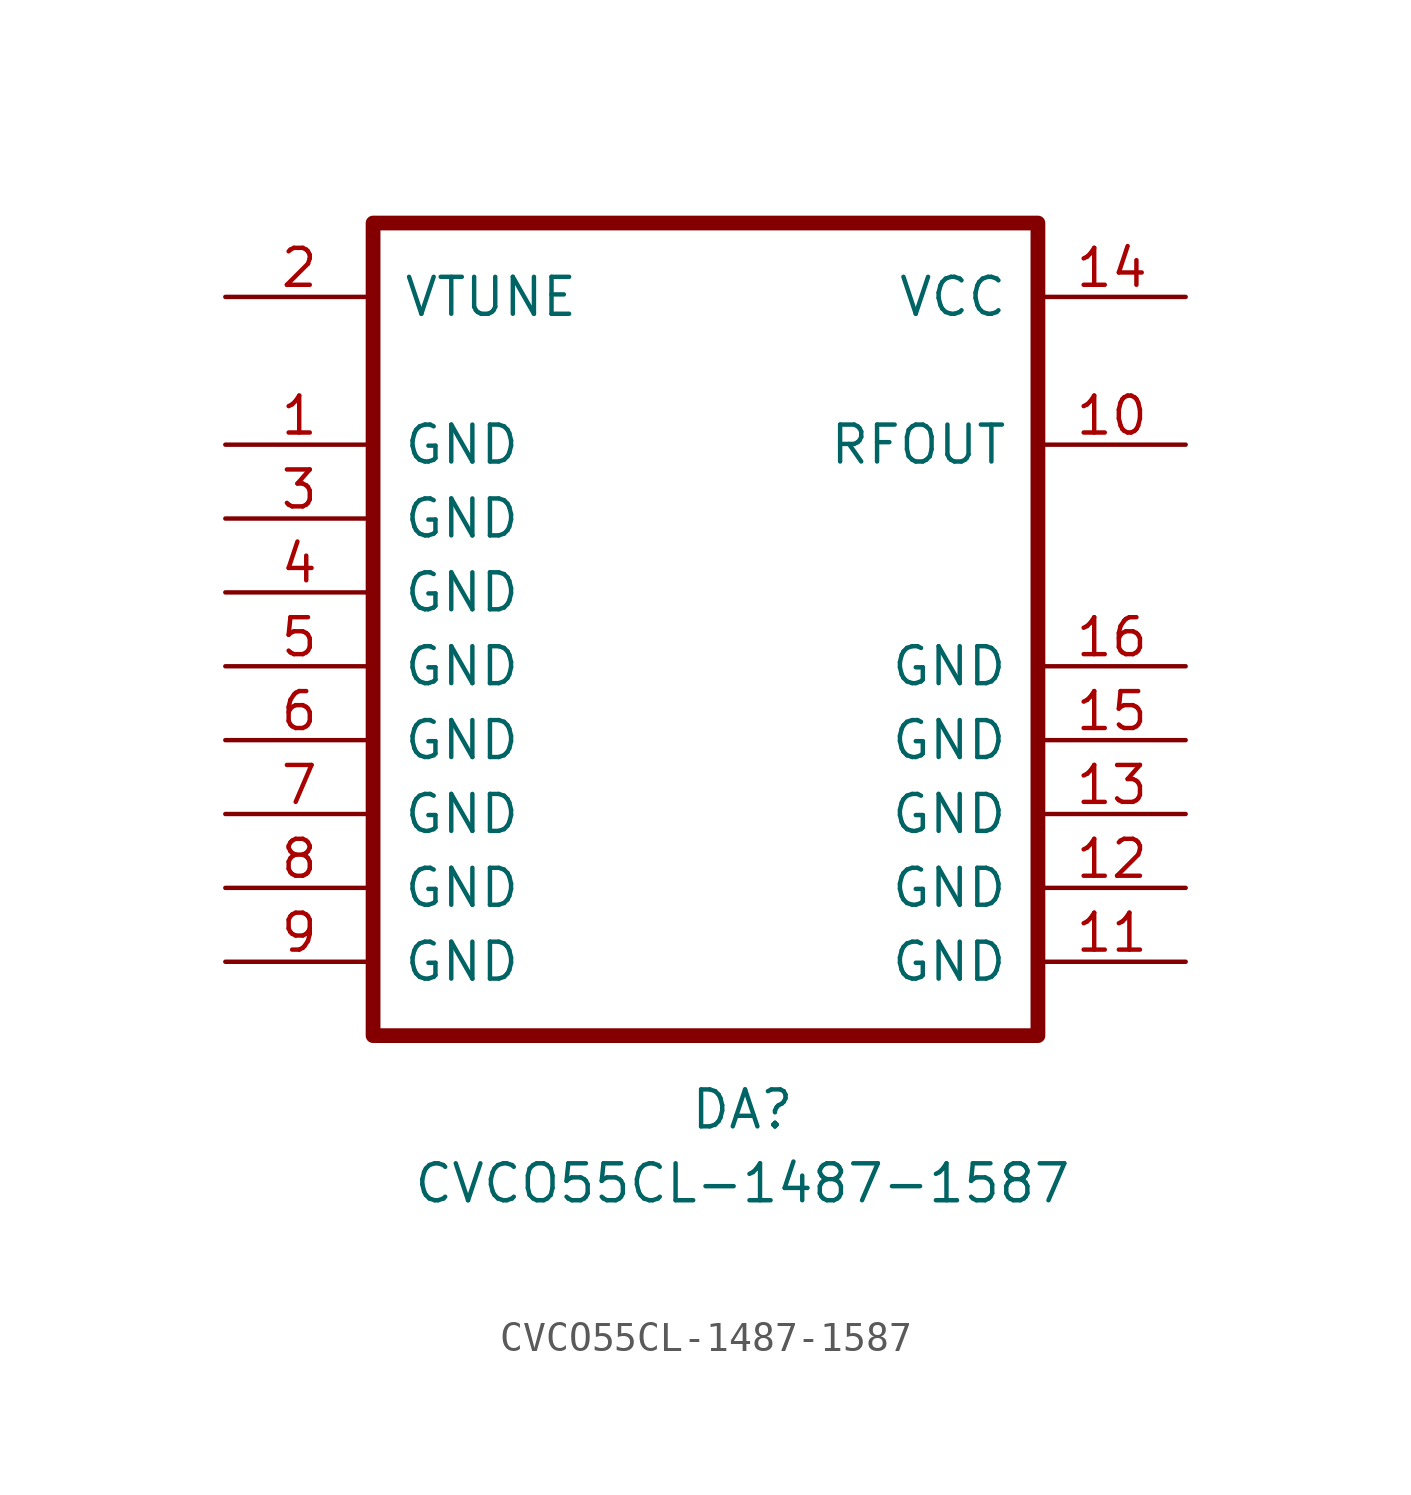
<source format=kicad_sym>
(kicad_symbol_lib
  (version 20211014)
  (generator kicad_symbol_editor)
  (symbol "CVCO55CL-1487-1587"
    (pin_names
      (offset 1.016))
    (property "Reference" "DA"
      (at 17.78 -27.94 0)
      (effects (font (size 1.27 1.27))))
    (property "Value" "CVCO55CL-1487-1587"
      (at 17.78 -30.48 0)
      (effects (font (size 1.27 1.27))))
    (symbol "CVCO55CL-1487-1587_0_1"
      (rectangle (start 5.08 2.54) (end 27.94 -25.4) (stroke (width 0.508) (type default) (color 0 0 0 0)) (fill (type none))))
    (symbol "CVCO55CL-1487-1587_1_1"
      (pin power_in line (at 0 -5.08 0) (length 5.08) (name "GND" (effects (font (size 1.27 1.27)))) (number "1" (effects (font (size 1.27 1.27)))))
      (pin output line (at 33.02 -5.08 180) (length 5.08) (name "RFOUT" (effects (font (size 1.27 1.27)))) (number "10" (effects (font (size 1.27 1.27)))))
      (pin power_in line (at 33.02 -22.86 180) (length 5.08) (name "GND" (effects (font (size 1.27 1.27)))) (number "11" (effects (font (size 1.27 1.27)))))
      (pin power_in line (at 33.02 -20.32 180) (length 5.08) (name "GND" (effects (font (size 1.27 1.27)))) (number "12" (effects (font (size 1.27 1.27)))))
      (pin power_in line (at 33.02 -17.78 180) (length 5.08) (name "GND" (effects (font (size 1.27 1.27)))) (number "13" (effects (font (size 1.27 1.27)))))
      (pin power_in line (at 33.02 0 180) (length 5.08) (name "VCC" (effects (font (size 1.27 1.27)))) (number "14" (effects (font (size 1.27 1.27)))))
      (pin power_in line (at 33.02 -15.24 180) (length 5.08) (name "GND" (effects (font (size 1.27 1.27)))) (number "15" (effects (font (size 1.27 1.27)))))
      (pin power_in line (at 33.02 -12.7 180) (length 5.08) (name "GND" (effects (font (size 1.27 1.27)))) (number "16" (effects (font (size 1.27 1.27)))))
      (pin input line (at 0 0 0) (length 5.08) (name "VTUNE" (effects (font (size 1.27 1.27)))) (number "2" (effects (font (size 1.27 1.27)))))
      (pin power_in line (at 0 -7.62 0) (length 5.08) (name "GND" (effects (font (size 1.27 1.27)))) (number "3" (effects (font (size 1.27 1.27)))))
      (pin power_in line (at 0 -10.16 0) (length 5.08) (name "GND" (effects (font (size 1.27 1.27)))) (number "4" (effects (font (size 1.27 1.27)))))
      (pin power_in line (at 0 -12.7 0) (length 5.08) (name "GND" (effects (font (size 1.27 1.27)))) (number "5" (effects (font (size 1.27 1.27)))))
      (pin power_in line (at 0 -15.24 0) (length 5.08) (name "GND" (effects (font (size 1.27 1.27)))) (number "6" (effects (font (size 1.27 1.27)))))
      (pin power_in line (at 0 -17.78 0) (length 5.08) (name "GND" (effects (font (size 1.27 1.27)))) (number "7" (effects (font (size 1.27 1.27)))))
      (pin power_in line (at 0 -20.32 0) (length 5.08) (name "GND" (effects (font (size 1.27 1.27)))) (number "8" (effects (font (size 1.27 1.27)))))
      (pin power_in line (at 0 -22.86 0) (length 5.08) (name "GND" (effects (font (size 1.27 1.27)))) (number "9" (effects (font (size 1.27 1.27))))))))
</source>
